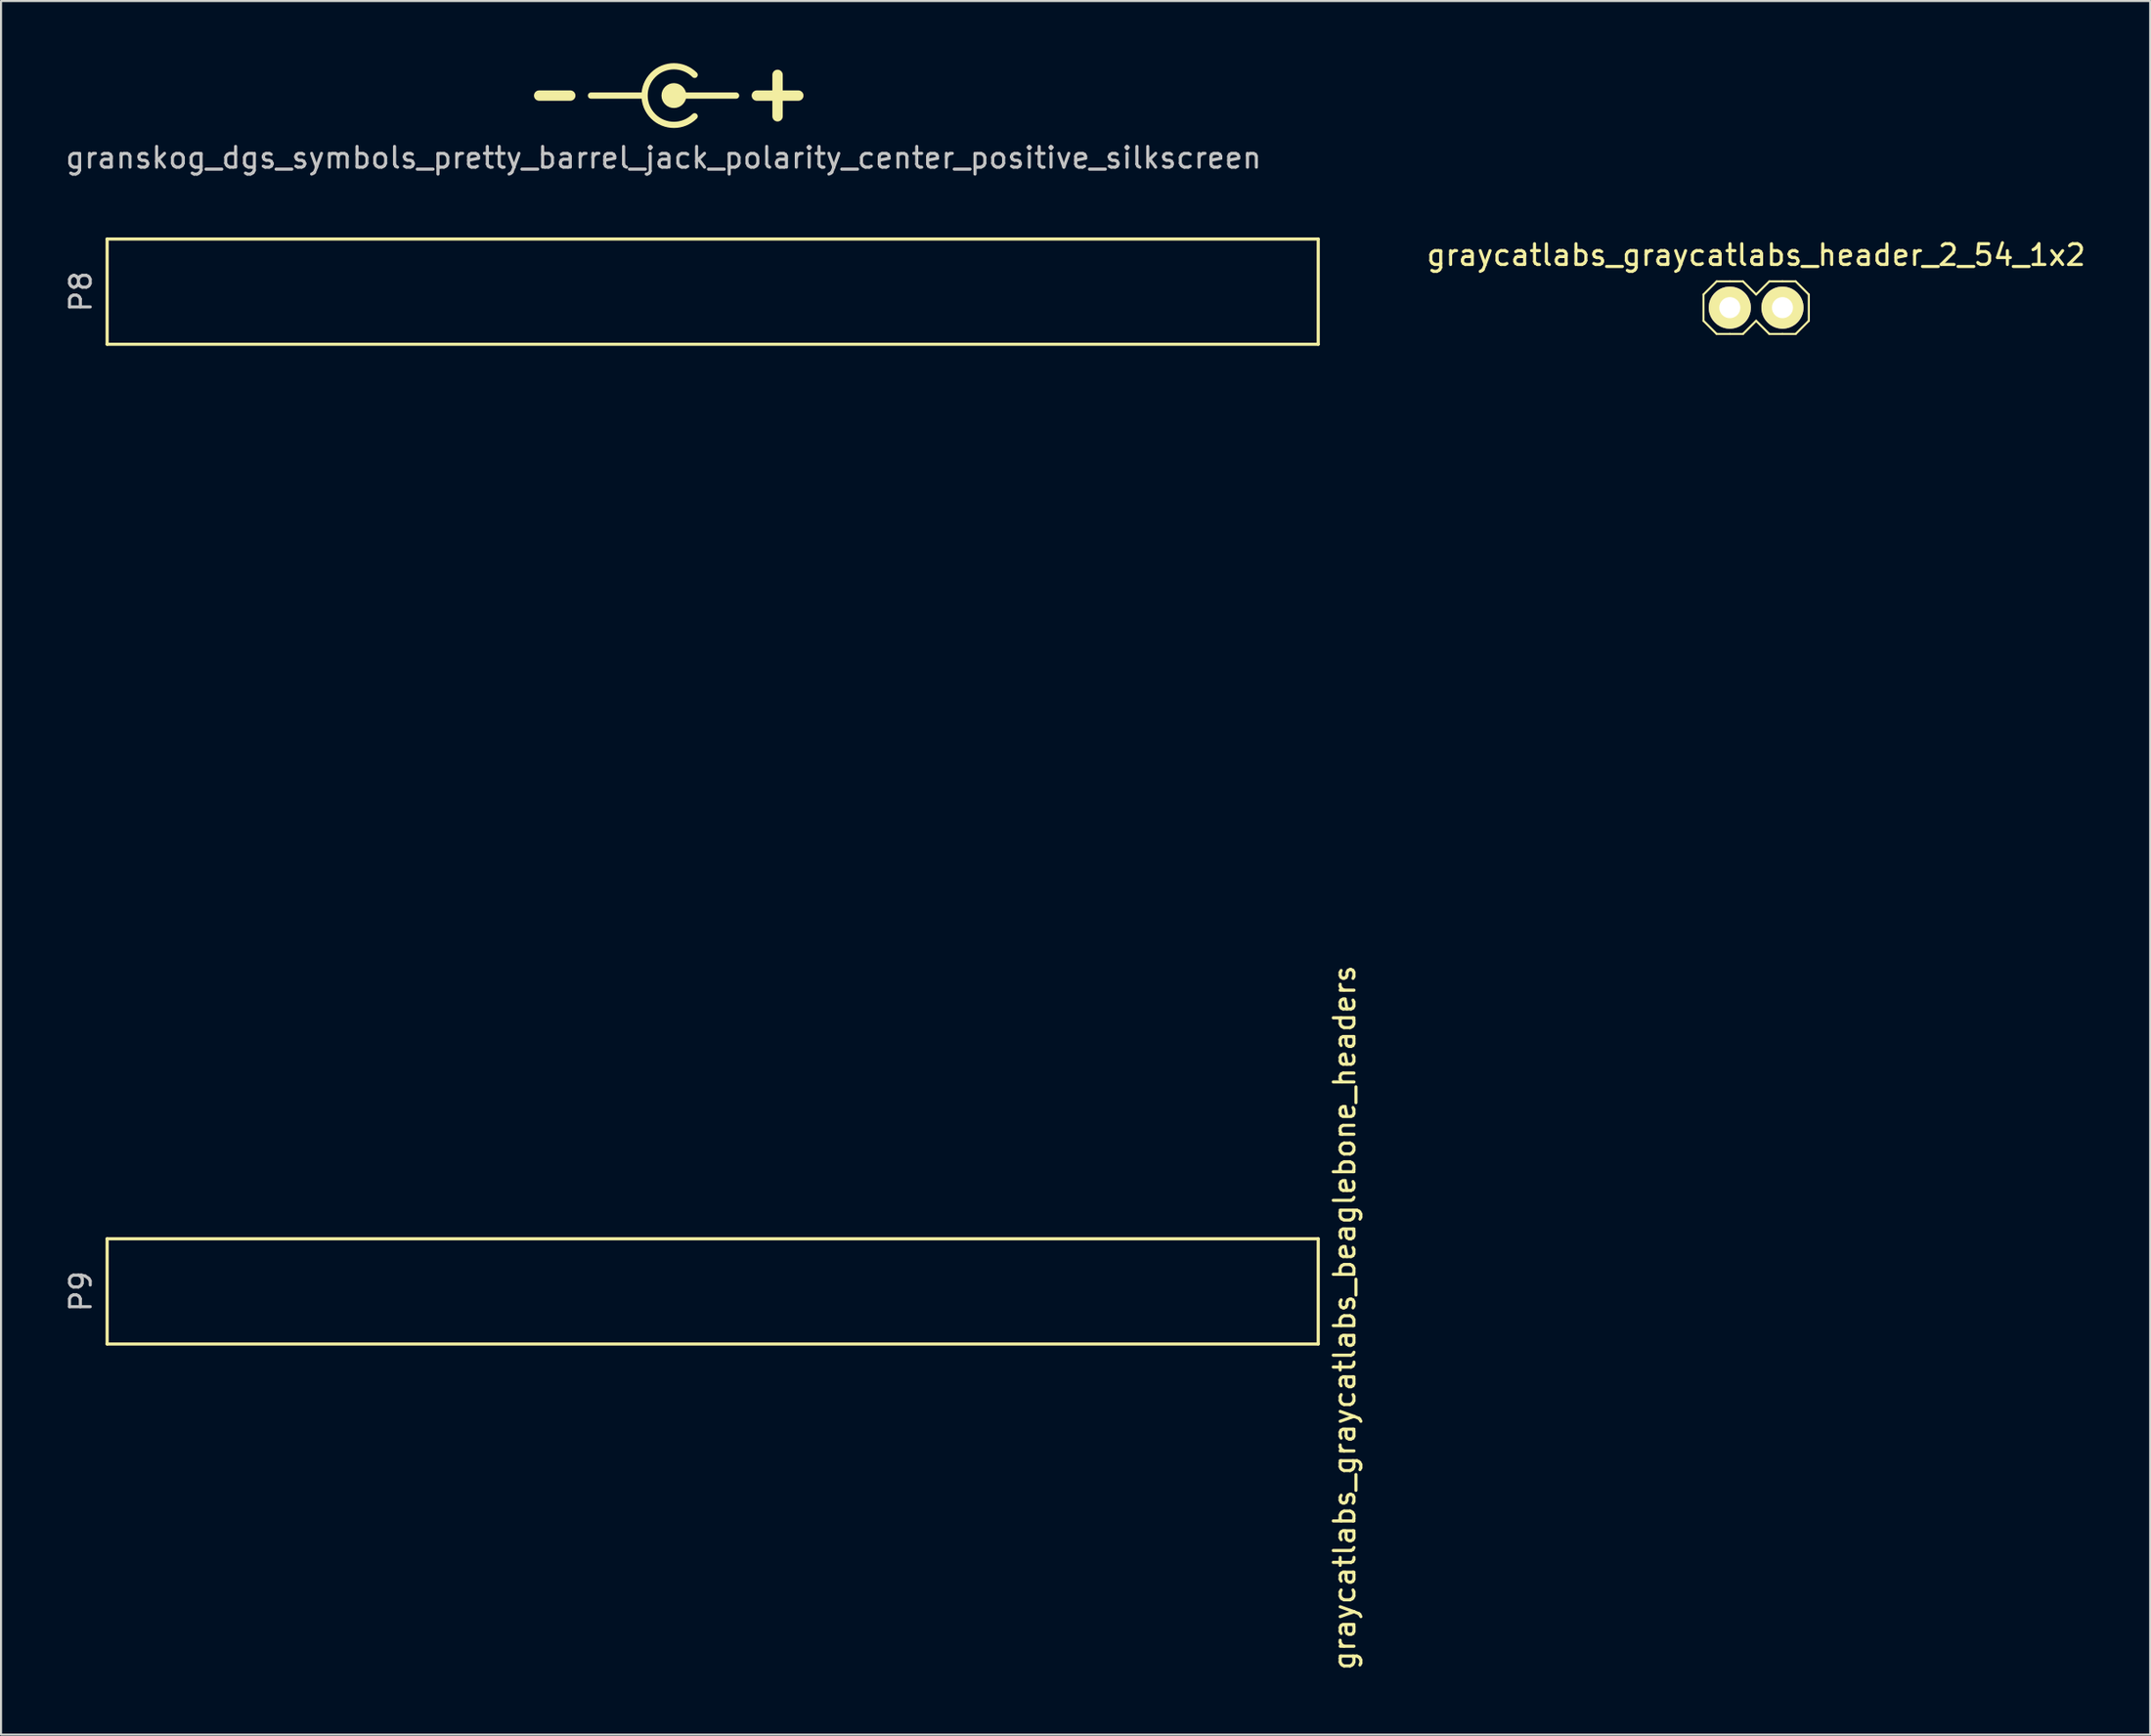
<source format=kicad_pcb>
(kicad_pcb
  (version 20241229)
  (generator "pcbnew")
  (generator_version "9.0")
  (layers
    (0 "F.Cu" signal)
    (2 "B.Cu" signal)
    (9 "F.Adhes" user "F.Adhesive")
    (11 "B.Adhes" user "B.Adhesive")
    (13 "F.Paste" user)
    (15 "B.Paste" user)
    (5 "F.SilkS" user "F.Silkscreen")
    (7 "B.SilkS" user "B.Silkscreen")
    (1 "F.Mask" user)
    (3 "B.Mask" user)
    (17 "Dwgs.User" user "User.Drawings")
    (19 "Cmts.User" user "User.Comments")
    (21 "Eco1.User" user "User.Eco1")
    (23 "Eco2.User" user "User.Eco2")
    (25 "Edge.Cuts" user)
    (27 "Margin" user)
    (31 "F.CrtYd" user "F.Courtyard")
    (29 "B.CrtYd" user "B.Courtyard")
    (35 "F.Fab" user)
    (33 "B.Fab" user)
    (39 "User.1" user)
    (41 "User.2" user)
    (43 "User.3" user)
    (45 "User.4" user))
  (footprint "graycatlabs_graycatlabs_beaglebone_headers"
    (layer "F.Cu")
    (at 3.388 60.557)
    (property "Reference" "graycatlabs_graycatlabs_beaglebone_headers" (at 58.42 0 90) (layer "F.SilkS") (effects (font (size 1 1) (thickness 0.15))))
    (attr through_hole)
    (fp_line (start -1.27 -52.07) (end -1.27 -46.99) (stroke (width 0.15) (type solid)) (layer "F.SilkS"))
    (fp_line (start -1.27 -46.99) (end 57.15 -46.99) (stroke (width 0.15) (type solid)) (layer "F.SilkS"))
    (fp_line (start -1.27 -3.81) (end -1.27 1.27) (stroke (width 0.15) (type solid)) (layer "F.SilkS"))
    (fp_line (start -1.27 1.27) (end 57.15 1.27) (stroke (width 0.15) (type solid)) (layer "F.SilkS"))
    (fp_line (start 57.15 -52.07) (end -1.27 -52.07) (stroke (width 0.15) (type solid)) (layer "F.SilkS"))
    (fp_line (start 57.15 -46.99) (end 57.15 -52.07) (stroke (width 0.15) (type solid)) (layer "F.SilkS"))
    (fp_line (start 57.15 -3.81) (end -1.27 -3.81) (stroke (width 0.15) (type solid)) (layer "F.SilkS"))
    (fp_line (start 57.15 1.27) (end 57.15 -3.81) (stroke (width 0.15) (type solid)) (layer "F.SilkS"))
    (fp_text user "P9" (at -2.54 -1.27 90) (layer "Dwgs.User") (effects (font (size 1 1) (thickness 0.15))))
    (fp_text user "P8" (at -2.54 -49.53 90) (layer "Dwgs.User") (effects (font (size 1 1) (thickness 0.15)))))
  (footprint "granskog_dgs_symbols_pretty_barrel_jack_polarity_center_positive_silkscreen"
    (layer "F.Cu")
    (at 28.958 1.564)
    (property "Reference" "granskog_dgs_symbols_pretty_barrel_jack_polarity_center_positive_silkscreen" (at 0 3 0) (layer "Dwgs.User") (effects (font (size 1 1) (thickness 0.15))))
    (attr through_hole)
    (fp_line (start -6 0) (end -4.5 0) (stroke (width 0.5) (type solid)) (layer "F.SilkS"))
    (fp_line (start -3.5 0) (end -1 0) (stroke (width 0.3) (type solid)) (layer "F.SilkS"))
    (fp_line (start 0.5 0) (end 3.5 0) (stroke (width 0.3) (type solid)) (layer "F.SilkS"))
    (fp_line (start 4.5 0) (end 6.5 0) (stroke (width 0.5) (type solid)) (layer "F.SilkS"))
    (fp_line (start 5.5 -1) (end 5.5 1) (stroke (width 0.5) (type solid)) (layer "F.SilkS"))
    (fp_arc (start 1.5 1) (mid -0.914214 0) (end 1.5 -1) (stroke (width 0.3) (type solid)) (layer "F.SilkS"))
    (fp_circle (center 0.5 0) (end 0.8 0) (stroke (width 0.6) (type solid)) (fill no) (layer "F.SilkS")))
  (footprint "graycatlabs_graycatlabs_header_2_54_1x2"
    (layer "F.Cu")
    (at 81.662 11.801)
    (property "Reference" "graycatlabs_graycatlabs_header_2_54_1x2" (at 0 -2.54 0) (layer "F.SilkS") (effects (font (size 1 1) (thickness 0.15))))
    (attr through_hole)
    (fp_line (start -2.54 -0.635) (end -2.54 0.635) (stroke (width 0.1) (type solid)) (layer "F.SilkS"))
    (fp_line (start -2.54 0.635) (end -1.905 1.27) (stroke (width 0.1) (type solid)) (layer "F.SilkS"))
    (fp_line (start -1.905 -1.27) (end -2.54 -0.635) (stroke (width 0.1) (type solid)) (layer "F.SilkS"))
    (fp_line (start -1.905 1.27) (end -1.27 1.27) (stroke (width 0.1) (type solid)) (layer "F.SilkS"))
    (fp_line (start -1.27 -1.27) (end -1.905 -1.27) (stroke (width 0.1) (type solid)) (layer "F.SilkS"))
    (fp_line (start -1.27 -1.27) (end -0.635 -1.27) (stroke (width 0.1) (type solid)) (layer "F.SilkS"))
    (fp_line (start -1.27 1.27) (end -0.635 1.27) (stroke (width 0.1) (type solid)) (layer "F.SilkS"))
    (fp_line (start -0.635 -1.27) (end 0 -0.635) (stroke (width 0.1) (type solid)) (layer "F.SilkS"))
    (fp_line (start -0.635 1.27) (end 0 0.635) (stroke (width 0.1) (type solid)) (layer "F.SilkS"))
    (fp_line (start 0 -0.635) (end 0.635 -1.27) (stroke (width 0.1) (type solid)) (layer "F.SilkS"))
    (fp_line (start 0 0.635) (end 0.635 1.27) (stroke (width 0.1) (type solid)) (layer "F.SilkS"))
    (fp_line (start 0.635 -1.27) (end 1.27 -1.27) (stroke (width 0.1) (type solid)) (layer "F.SilkS"))
    (fp_line (start 0.635 1.27) (end 1.27 1.27) (stroke (width 0.1) (type solid)) (layer "F.SilkS"))
    (fp_line (start 1.905 -1.27) (end 1.27 -1.27) (stroke (width 0.1) (type solid)) (layer "F.SilkS"))
    (fp_line (start 1.905 1.27) (end 1.27 1.27) (stroke (width 0.1) (type solid)) (layer "F.SilkS"))
    (fp_line (start 1.905 1.27) (end 2.54 0.635) (stroke (width 0.1) (type solid)) (layer "F.SilkS"))
    (fp_line (start 2.54 -0.635) (end 1.905 -1.27) (stroke (width 0.1) (type solid)) (layer "F.SilkS"))
    (fp_line (start 2.54 -0.635) (end 2.54 0.635) (stroke (width 0.1) (type solid)) (layer "F.SilkS"))
    (pad "1" thru_hole circle (at -1.27 0) (size 2.032 2.032) (drill 1.016) (layers "*.Cu" "*.Mask" "F.SilkS"))
    (pad "2" thru_hole circle (at 1.27 0) (size 2.032 2.032) (drill 1.016) (layers "*.Cu" "*.Mask" "F.SilkS")))
  (gr_rect
    (start -3 -3)
    (end 100.668 80.682)
    (stroke (width 0.1) (type default))
    (fill no)
    (layer "Edge.Cuts")))
</source>
